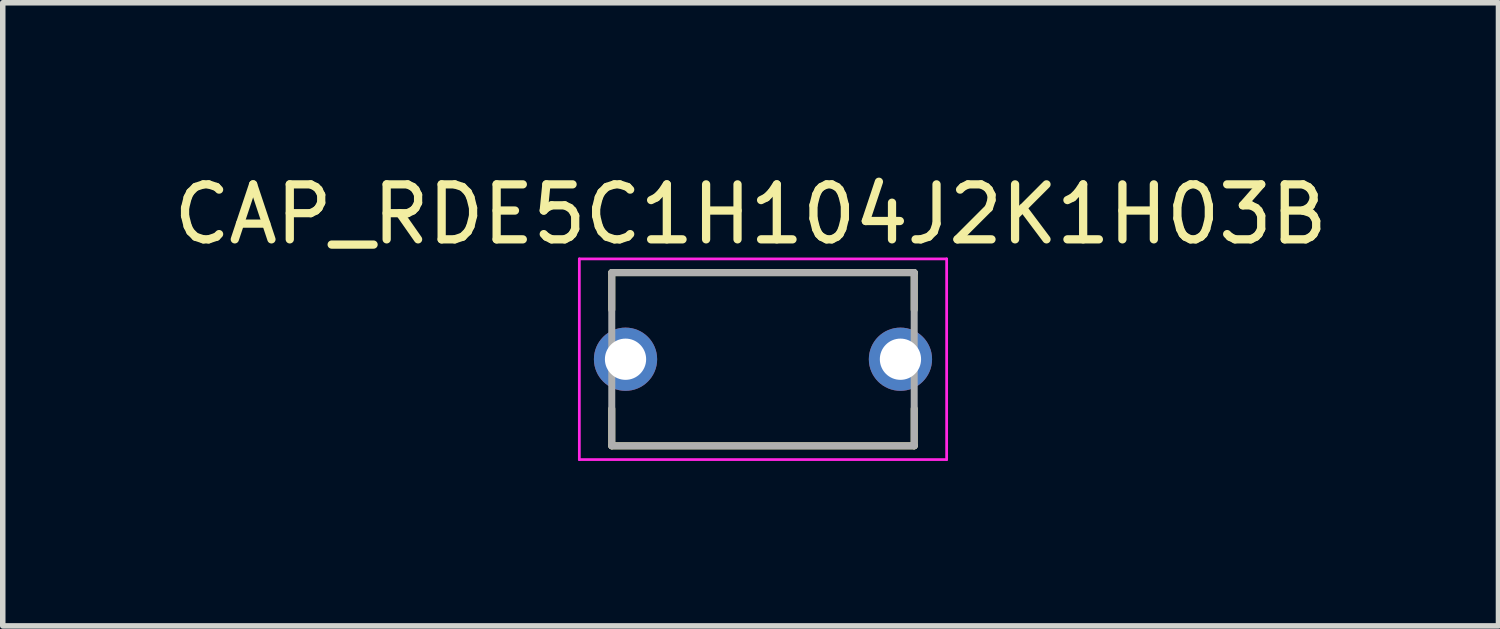
<source format=kicad_pcb>
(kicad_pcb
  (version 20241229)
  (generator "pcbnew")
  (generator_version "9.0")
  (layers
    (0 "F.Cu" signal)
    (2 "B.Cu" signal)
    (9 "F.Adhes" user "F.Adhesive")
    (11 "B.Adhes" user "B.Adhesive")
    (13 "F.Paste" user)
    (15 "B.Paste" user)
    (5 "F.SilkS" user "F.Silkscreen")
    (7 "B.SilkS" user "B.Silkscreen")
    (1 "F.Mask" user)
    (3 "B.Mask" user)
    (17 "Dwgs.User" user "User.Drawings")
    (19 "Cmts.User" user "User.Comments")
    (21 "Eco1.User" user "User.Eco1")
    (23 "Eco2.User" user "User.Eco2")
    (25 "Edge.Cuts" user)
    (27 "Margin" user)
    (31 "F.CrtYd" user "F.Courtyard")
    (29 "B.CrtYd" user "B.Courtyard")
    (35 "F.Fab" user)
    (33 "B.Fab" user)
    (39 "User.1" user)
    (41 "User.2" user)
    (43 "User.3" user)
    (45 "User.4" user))
  (footprint "CAP_RDE5C1H104J2K1H03B"
    (layer "F.Cu")
    (at 10.826 3.483)
    (property "Reference" "CAP_RDE5C1H104J2K1H03B" (at -0.225 -2.635 0) (layer "F.SilkS") (effects (font (size 1 1) (thickness 0.15))))
    (attr through_hole)
    (fp_line (start -2.75 -1.575) (end -2.75 -0.9) (stroke (width 0.127) (type solid)) (layer "F.SilkS"))
    (fp_line (start -2.75 1.575) (end -2.75 0.9) (stroke (width 0.127) (type solid)) (layer "F.SilkS"))
    (fp_line (start 2.75 -1.575) (end -2.75 -1.575) (stroke (width 0.127) (type solid)) (layer "F.SilkS"))
    (fp_line (start 2.75 -1.575) (end 2.75 -0.9) (stroke (width 0.127) (type solid)) (layer "F.SilkS"))
    (fp_line (start 2.75 0.9) (end 2.75 1.575) (stroke (width 0.127) (type solid)) (layer "F.SilkS"))
    (fp_line (start 2.75 1.575) (end -2.75 1.575) (stroke (width 0.127) (type solid)) (layer "F.SilkS"))
    (fp_line (start -3.34 -1.825) (end 3.34 -1.825) (stroke (width 0.05) (type solid)) (layer "F.CrtYd"))
    (fp_line (start -3.34 1.825) (end -3.34 -1.825) (stroke (width 0.05) (type solid)) (layer "F.CrtYd"))
    (fp_line (start 3.34 -1.825) (end 3.34 1.825) (stroke (width 0.05) (type solid)) (layer "F.CrtYd"))
    (fp_line (start 3.34 1.825) (end -3.34 1.825) (stroke (width 0.05) (type solid)) (layer "F.CrtYd"))
    (fp_line (start -2.75 -1.575) (end 2.75 -1.575) (stroke (width 0.127) (type solid)) (layer "F.Fab"))
    (fp_line (start -2.75 1.575) (end -2.75 -1.575) (stroke (width 0.127) (type solid)) (layer "F.Fab"))
    (fp_line (start 2.75 -1.575) (end 2.75 1.575) (stroke (width 0.127) (type solid)) (layer "F.Fab"))
    (fp_line (start 2.75 1.575) (end -2.75 1.575) (stroke (width 0.127) (type solid)) (layer "F.Fab"))
    (pad "1" thru_hole circle (at -2.5 0) (size 1.15 1.15) (drill 0.75) (layers "*.Cu" "*.Mask"))
    (pad "2" thru_hole circle (at 2.5 0) (size 1.15 1.15) (drill 0.75) (layers "*.Cu" "*.Mask")))
  (gr_rect
    (start -3 -3)
    (end 24.202 8.333)
    (stroke (width 0.1) (type default))
    (fill no)
    (layer "Edge.Cuts")))
</source>
